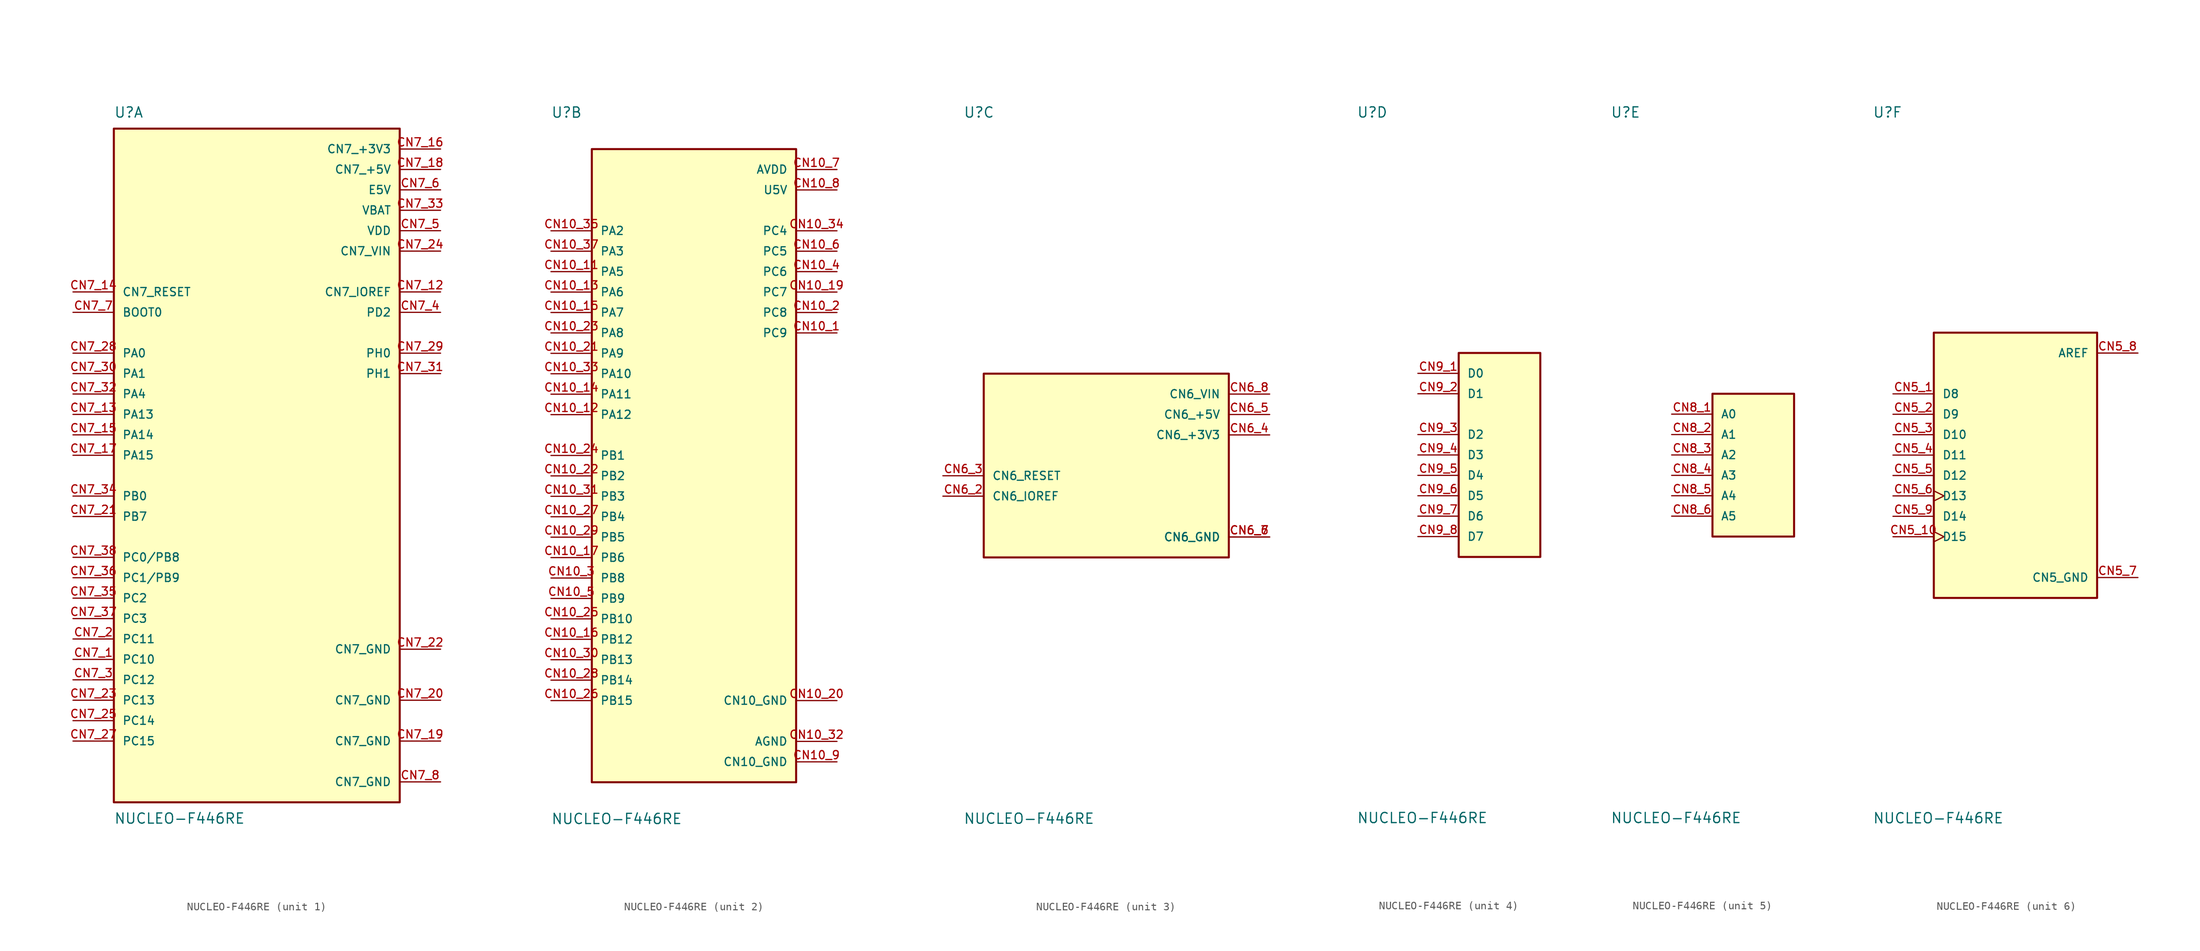
<source format=kicad_sym>
(kicad_symbol_lib
  (version 20220914)
  (generator kicad_symbol_editor)
  (symbol "NUCLEO-F446RE"
    (pin_names
      (offset 1.016))
    (property "Reference" "U"
      (at -17.78 41.91 0)
      (effects (font (size 1.27 1.27)) (justify left bottom)))
    (property "Value" "NUCLEO-F446RE"
      (at -17.78 -44.45 0)
      (effects (font (size 1.27 1.27)) (justify left top)))
    (symbol "NUCLEO-F446RE_1_0"
      (rectangle (start -17.78 40.64) (end 17.78 -43.18) (stroke (width 0.254) (type default)) (fill (type background)))
      (pin bidirectional line (at -22.86 -25.4 0) (length 5.08) (name "PC10" (effects (font (size 1.016 1.016)))) (number "CN7_1" (effects (font (size 1.016 1.016)))))
      (pin bidirectional line (at 22.86 20.32 180) (length 5.08) (name "CN7_IOREF" (effects (font (size 1.016 1.016)))) (number "CN7_12" (effects (font (size 1.016 1.016)))))
      (pin bidirectional line (at -22.86 5.08 0) (length 5.08) (name "PA13" (effects (font (size 1.016 1.016)))) (number "CN7_13" (effects (font (size 1.016 1.016)))))
      (pin bidirectional line (at -22.86 20.32 0) (length 5.08) (name "CN7_RESET" (effects (font (size 1.016 1.016)))) (number "CN7_14" (effects (font (size 1.016 1.016)))))
      (pin bidirectional line (at -22.86 2.54 0) (length 5.08) (name "PA14" (effects (font (size 1.016 1.016)))) (number "CN7_15" (effects (font (size 1.016 1.016)))))
      (pin power_in line (at 22.86 38.1 180) (length 5.08) (name "CN7_+3V3" (effects (font (size 1.016 1.016)))) (number "CN7_16" (effects (font (size 1.016 1.016)))))
      (pin bidirectional line (at -22.86 0 0) (length 5.08) (name "PA15" (effects (font (size 1.016 1.016)))) (number "CN7_17" (effects (font (size 1.016 1.016)))))
      (pin power_in line (at 22.86 35.56 180) (length 5.08) (name "CN7_+5V" (effects (font (size 1.016 1.016)))) (number "CN7_18" (effects (font (size 1.016 1.016)))))
      (pin power_in line (at 22.86 -35.56 180) (length 5.08) (name "CN7_GND" (effects (font (size 1.016 1.016)))) (number "CN7_19" (effects (font (size 1.016 1.016)))))
      (pin bidirectional line (at -22.86 -22.86 0) (length 5.08) (name "PC11" (effects (font (size 1.016 1.016)))) (number "CN7_2" (effects (font (size 1.016 1.016)))))
      (pin power_in line (at 22.86 -30.48 180) (length 5.08) (name "CN7_GND" (effects (font (size 1.016 1.016)))) (number "CN7_20" (effects (font (size 1.016 1.016)))))
      (pin bidirectional line (at -22.86 -7.62 0) (length 5.08) (name "PB7" (effects (font (size 1.016 1.016)))) (number "CN7_21" (effects (font (size 1.016 1.016)))))
      (pin power_in line (at 22.86 -24.13 180) (length 5.08) (name "CN7_GND" (effects (font (size 1.016 1.016)))) (number "CN7_22" (effects (font (size 1.016 1.016)))))
      (pin bidirectional line (at -22.86 -30.48 0) (length 5.08) (name "PC13" (effects (font (size 1.016 1.016)))) (number "CN7_23" (effects (font (size 1.016 1.016)))))
      (pin power_in line (at 22.86 25.4 180) (length 5.08) (name "CN7_VIN" (effects (font (size 1.016 1.016)))) (number "CN7_24" (effects (font (size 1.016 1.016)))))
      (pin bidirectional line (at -22.86 -33.02 0) (length 5.08) (name "PC14" (effects (font (size 1.016 1.016)))) (number "CN7_25" (effects (font (size 1.016 1.016)))))
      (pin bidirectional line (at -22.86 -35.56 0) (length 5.08) (name "PC15" (effects (font (size 1.016 1.016)))) (number "CN7_27" (effects (font (size 1.016 1.016)))))
      (pin bidirectional line (at -22.86 12.7 0) (length 5.08) (name "PA0" (effects (font (size 1.016 1.016)))) (number "CN7_28" (effects (font (size 1.016 1.016)))))
      (pin bidirectional line (at 22.86 12.7 180) (length 5.08) (name "PH0" (effects (font (size 1.016 1.016)))) (number "CN7_29" (effects (font (size 1.016 1.016)))))
      (pin bidirectional line (at -22.86 -27.94 0) (length 5.08) (name "PC12" (effects (font (size 1.016 1.016)))) (number "CN7_3" (effects (font (size 1.016 1.016)))))
      (pin bidirectional line (at -22.86 10.16 0) (length 5.08) (name "PA1" (effects (font (size 1.016 1.016)))) (number "CN7_30" (effects (font (size 1.016 1.016)))))
      (pin bidirectional line (at 22.86 10.16 180) (length 5.08) (name "PH1" (effects (font (size 1.016 1.016)))) (number "CN7_31" (effects (font (size 1.016 1.016)))))
      (pin bidirectional line (at -22.86 7.62 0) (length 5.08) (name "PA4" (effects (font (size 1.016 1.016)))) (number "CN7_32" (effects (font (size 1.016 1.016)))))
      (pin power_in line (at 22.86 30.48 180) (length 5.08) (name "VBAT" (effects (font (size 1.016 1.016)))) (number "CN7_33" (effects (font (size 1.016 1.016)))))
      (pin bidirectional line (at -22.86 -5.08 0) (length 5.08) (name "PB0" (effects (font (size 1.016 1.016)))) (number "CN7_34" (effects (font (size 1.016 1.016)))))
      (pin bidirectional line (at -22.86 -17.78 0) (length 5.08) (name "PC2" (effects (font (size 1.016 1.016)))) (number "CN7_35" (effects (font (size 1.016 1.016)))))
      (pin bidirectional line (at -22.86 -15.24 0) (length 5.08) (name "PC1/PB9" (effects (font (size 1.016 1.016)))) (number "CN7_36" (effects (font (size 1.016 1.016)))))
      (pin bidirectional line (at -22.86 -20.32 0) (length 5.08) (name "PC3" (effects (font (size 1.016 1.016)))) (number "CN7_37" (effects (font (size 1.016 1.016)))))
      (pin bidirectional line (at -22.86 -12.7 0) (length 5.08) (name "PC0/PB8" (effects (font (size 1.016 1.016)))) (number "CN7_38" (effects (font (size 1.016 1.016)))))
      (pin bidirectional line (at 22.86 17.78 180) (length 5.08) (name "PD2" (effects (font (size 1.016 1.016)))) (number "CN7_4" (effects (font (size 1.016 1.016)))))
      (pin power_in line (at 22.86 27.94 180) (length 5.08) (name "VDD" (effects (font (size 1.016 1.016)))) (number "CN7_5" (effects (font (size 1.016 1.016)))))
      (pin power_in line (at 22.86 33.02 180) (length 5.08) (name "E5V" (effects (font (size 1.016 1.016)))) (number "CN7_6" (effects (font (size 1.016 1.016)))))
      (pin bidirectional line (at -22.86 17.78 0) (length 5.08) (name "BOOT0" (effects (font (size 1.016 1.016)))) (number "CN7_7" (effects (font (size 1.016 1.016)))))
      (pin power_in line (at 22.86 -40.64 180) (length 5.08) (name "CN7_GND" (effects (font (size 1.016 1.016)))) (number "CN7_8" (effects (font (size 1.016 1.016))))))
    (symbol "NUCLEO-F446RE_2_0"
      (rectangle (start -12.7 -40.64) (end 12.7 38.1) (stroke (width 0.254) (type default)) (fill (type background)))
      (pin bidirectional line (at 17.78 15.24 180) (length 5.08) (name "PC9" (effects (font (size 1.016 1.016)))) (number "CN10_1" (effects (font (size 1.016 1.016)))))
      (pin bidirectional line (at -17.78 22.86 0) (length 5.08) (name "PA5" (effects (font (size 1.016 1.016)))) (number "CN10_11" (effects (font (size 1.016 1.016)))))
      (pin bidirectional line (at -17.78 5.08 0) (length 5.08) (name "PA12" (effects (font (size 1.016 1.016)))) (number "CN10_12" (effects (font (size 1.016 1.016)))))
      (pin bidirectional line (at -17.78 20.32 0) (length 5.08) (name "PA6" (effects (font (size 1.016 1.016)))) (number "CN10_13" (effects (font (size 1.016 1.016)))))
      (pin bidirectional line (at -17.78 7.62 0) (length 5.08) (name "PA11" (effects (font (size 1.016 1.016)))) (number "CN10_14" (effects (font (size 1.016 1.016)))))
      (pin bidirectional line (at -17.78 17.78 0) (length 5.08) (name "PA7" (effects (font (size 1.016 1.016)))) (number "CN10_15" (effects (font (size 1.016 1.016)))))
      (pin bidirectional line (at -17.78 -22.86 0) (length 5.08) (name "PB12" (effects (font (size 1.016 1.016)))) (number "CN10_16" (effects (font (size 1.016 1.016)))))
      (pin bidirectional line (at -17.78 -12.7 0) (length 5.08) (name "PB6" (effects (font (size 1.016 1.016)))) (number "CN10_17" (effects (font (size 1.016 1.016)))))
      (pin bidirectional line (at 17.78 20.32 180) (length 5.08) (name "PC7" (effects (font (size 1.016 1.016)))) (number "CN10_19" (effects (font (size 1.016 1.016)))))
      (pin bidirectional line (at 17.78 17.78 180) (length 5.08) (name "PC8" (effects (font (size 1.016 1.016)))) (number "CN10_2" (effects (font (size 1.016 1.016)))))
      (pin power_in line (at 17.78 -30.48 180) (length 5.08) (name "CN10_GND" (effects (font (size 1.016 1.016)))) (number "CN10_20" (effects (font (size 1.016 1.016)))))
      (pin bidirectional line (at -17.78 12.7 0) (length 5.08) (name "PA9" (effects (font (size 1.016 1.016)))) (number "CN10_21" (effects (font (size 1.016 1.016)))))
      (pin bidirectional line (at -17.78 -2.54 0) (length 5.08) (name "PB2" (effects (font (size 1.016 1.016)))) (number "CN10_22" (effects (font (size 1.016 1.016)))))
      (pin bidirectional line (at -17.78 15.24 0) (length 5.08) (name "PA8" (effects (font (size 1.016 1.016)))) (number "CN10_23" (effects (font (size 1.016 1.016)))))
      (pin bidirectional line (at -17.78 0 0) (length 5.08) (name "PB1" (effects (font (size 1.016 1.016)))) (number "CN10_24" (effects (font (size 1.016 1.016)))))
      (pin bidirectional line (at -17.78 -20.32 0) (length 5.08) (name "PB10" (effects (font (size 1.016 1.016)))) (number "CN10_25" (effects (font (size 1.016 1.016)))))
      (pin bidirectional line (at -17.78 -30.48 0) (length 5.08) (name "PB15" (effects (font (size 1.016 1.016)))) (number "CN10_26" (effects (font (size 1.016 1.016)))))
      (pin bidirectional line (at -17.78 -7.62 0) (length 5.08) (name "PB4" (effects (font (size 1.016 1.016)))) (number "CN10_27" (effects (font (size 1.016 1.016)))))
      (pin bidirectional line (at -17.78 -27.94 0) (length 5.08) (name "PB14" (effects (font (size 1.016 1.016)))) (number "CN10_28" (effects (font (size 1.016 1.016)))))
      (pin bidirectional line (at -17.78 -10.16 0) (length 5.08) (name "PB5" (effects (font (size 1.016 1.016)))) (number "CN10_29" (effects (font (size 1.016 1.016)))))
      (pin bidirectional line (at -17.78 -15.24 0) (length 5.08) (name "PB8" (effects (font (size 1.016 1.016)))) (number "CN10_3" (effects (font (size 1.016 1.016)))))
      (pin bidirectional line (at -17.78 -25.4 0) (length 5.08) (name "PB13" (effects (font (size 1.016 1.016)))) (number "CN10_30" (effects (font (size 1.016 1.016)))))
      (pin bidirectional line (at -17.78 -5.08 0) (length 5.08) (name "PB3" (effects (font (size 1.016 1.016)))) (number "CN10_31" (effects (font (size 1.016 1.016)))))
      (pin power_in line (at 17.78 -35.56 180) (length 5.08) (name "AGND" (effects (font (size 1.016 1.016)))) (number "CN10_32" (effects (font (size 1.016 1.016)))))
      (pin bidirectional line (at -17.78 10.16 0) (length 5.08) (name "PA10" (effects (font (size 1.016 1.016)))) (number "CN10_33" (effects (font (size 1.016 1.016)))))
      (pin bidirectional line (at 17.78 27.94 180) (length 5.08) (name "PC4" (effects (font (size 1.016 1.016)))) (number "CN10_34" (effects (font (size 1.016 1.016)))))
      (pin bidirectional line (at -17.78 27.94 0) (length 5.08) (name "PA2" (effects (font (size 1.016 1.016)))) (number "CN10_35" (effects (font (size 1.016 1.016)))))
      (pin bidirectional line (at -17.78 25.4 0) (length 5.08) (name "PA3" (effects (font (size 1.016 1.016)))) (number "CN10_37" (effects (font (size 1.016 1.016)))))
      (pin bidirectional line (at 17.78 22.86 180) (length 5.08) (name "PC6" (effects (font (size 1.016 1.016)))) (number "CN10_4" (effects (font (size 1.016 1.016)))))
      (pin bidirectional line (at -17.78 -17.78 0) (length 5.08) (name "PB9" (effects (font (size 1.016 1.016)))) (number "CN10_5" (effects (font (size 1.016 1.016)))))
      (pin bidirectional line (at 17.78 25.4 180) (length 5.08) (name "PC5" (effects (font (size 1.016 1.016)))) (number "CN10_6" (effects (font (size 1.016 1.016)))))
      (pin power_in line (at 17.78 35.56 180) (length 5.08) (name "AVDD" (effects (font (size 1.016 1.016)))) (number "CN10_7" (effects (font (size 1.016 1.016)))))
      (pin power_in line (at 17.78 33.02 180) (length 5.08) (name "U5V" (effects (font (size 1.016 1.016)))) (number "CN10_8" (effects (font (size 1.016 1.016)))))
      (pin power_in line (at 17.78 -38.1 180) (length 5.08) (name "CN10_GND" (effects (font (size 1.016 1.016)))) (number "CN10_9" (effects (font (size 1.016 1.016))))))
    (symbol "NUCLEO-F446RE_3_0"
      (rectangle (start -15.24 -12.7) (end 15.24 10.16) (stroke (width 0.254) (type default)) (fill (type background)))
      (pin bidirectional line (at -20.32 -5.08 0) (length 5.08) (name "CN6_IOREF" (effects (font (size 1.016 1.016)))) (number "CN6_2" (effects (font (size 1.016 1.016)))))
      (pin bidirectional line (at -20.32 -2.54 0) (length 5.08) (name "CN6_RESET" (effects (font (size 1.016 1.016)))) (number "CN6_3" (effects (font (size 1.016 1.016)))))
      (pin power_in line (at 20.32 2.54 180) (length 5.08) (name "CN6_+3V3" (effects (font (size 1.016 1.016)))) (number "CN6_4" (effects (font (size 1.016 1.016)))))
      (pin power_in line (at 20.32 5.08 180) (length 5.08) (name "CN6_+5V" (effects (font (size 1.016 1.016)))) (number "CN6_5" (effects (font (size 1.016 1.016)))))
      (pin power_in line (at 20.32 -10.16 180) (length 5.08) (name "CN6_GND" (effects (font (size 1.016 1.016)))) (number "CN6_6" (effects (font (size 1.016 1.016)))))
      (pin power_in line (at 20.32 -10.16 180) (length 5.08) (name "CN6_GND" (effects (font (size 1.016 1.016)))) (number "CN6_7" (effects (font (size 1.016 1.016)))))
      (pin power_in line (at 20.32 7.62 180) (length 5.08) (name "CN6_VIN" (effects (font (size 1.016 1.016)))) (number "CN6_8" (effects (font (size 1.016 1.016))))))
    (symbol "NUCLEO-F446RE_4_0"
      (rectangle (start -5.08 -12.7) (end 5.08 12.7) (stroke (width 0.254) (type default)) (fill (type background)))
      (pin input line (at -10.16 10.16 0) (length 5.08) (name "D0" (effects (font (size 1.016 1.016)))) (number "CN9_1" (effects (font (size 1.016 1.016)))))
      (pin output line (at -10.16 7.62 0) (length 5.08) (name "D1" (effects (font (size 1.016 1.016)))) (number "CN9_2" (effects (font (size 1.016 1.016)))))
      (pin bidirectional line (at -10.16 2.54 0) (length 5.08) (name "D2" (effects (font (size 1.016 1.016)))) (number "CN9_3" (effects (font (size 1.016 1.016)))))
      (pin bidirectional line (at -10.16 0 0) (length 5.08) (name "D3" (effects (font (size 1.016 1.016)))) (number "CN9_4" (effects (font (size 1.016 1.016)))))
      (pin bidirectional line (at -10.16 -2.54 0) (length 5.08) (name "D4" (effects (font (size 1.016 1.016)))) (number "CN9_5" (effects (font (size 1.016 1.016)))))
      (pin bidirectional line (at -10.16 -5.08 0) (length 5.08) (name "D5" (effects (font (size 1.016 1.016)))) (number "CN9_6" (effects (font (size 1.016 1.016)))))
      (pin bidirectional line (at -10.16 -7.62 0) (length 5.08) (name "D6" (effects (font (size 1.016 1.016)))) (number "CN9_7" (effects (font (size 1.016 1.016)))))
      (pin bidirectional line (at -10.16 -10.16 0) (length 5.08) (name "D7" (effects (font (size 1.016 1.016)))) (number "CN9_8" (effects (font (size 1.016 1.016))))))
    (symbol "NUCLEO-F446RE_5_0"
      (rectangle (start -5.08 -10.16) (end 5.08 7.62) (stroke (width 0.254) (type default)) (fill (type background)))
      (pin input line (at -10.16 5.08 0) (length 5.08) (name "A0" (effects (font (size 1.016 1.016)))) (number "CN8_1" (effects (font (size 1.016 1.016)))))
      (pin input line (at -10.16 2.54 0) (length 5.08) (name "A1" (effects (font (size 1.016 1.016)))) (number "CN8_2" (effects (font (size 1.016 1.016)))))
      (pin input line (at -10.16 0 0) (length 5.08) (name "A2" (effects (font (size 1.016 1.016)))) (number "CN8_3" (effects (font (size 1.016 1.016)))))
      (pin input line (at -10.16 -2.54 0) (length 5.08) (name "A3" (effects (font (size 1.016 1.016)))) (number "CN8_4" (effects (font (size 1.016 1.016)))))
      (pin input line (at -10.16 -5.08 0) (length 5.08) (name "A4" (effects (font (size 1.016 1.016)))) (number "CN8_5" (effects (font (size 1.016 1.016)))))
      (pin input line (at -10.16 -7.62 0) (length 5.08) (name "A5" (effects (font (size 1.016 1.016)))) (number "CN8_6" (effects (font (size 1.016 1.016))))))
    (symbol "NUCLEO-F446RE_6_0"
      (rectangle (start -10.16 -17.78) (end 10.16 15.24) (stroke (width 0.254) (type default)) (fill (type background)))
      (pin bidirectional line (at -15.24 7.62 0) (length 5.08) (name "D8" (effects (font (size 1.016 1.016)))) (number "CN5_1" (effects (font (size 1.016 1.016)))))
      (pin bidirectional clock (at -15.24 -10.16 0) (length 5.08) (name "D15" (effects (font (size 1.016 1.016)))) (number "CN5_10" (effects (font (size 1.016 1.016)))))
      (pin bidirectional line (at -15.24 5.08 0) (length 5.08) (name "D9" (effects (font (size 1.016 1.016)))) (number "CN5_2" (effects (font (size 1.016 1.016)))))
      (pin bidirectional line (at -15.24 2.54 0) (length 5.08) (name "D10" (effects (font (size 1.016 1.016)))) (number "CN5_3" (effects (font (size 1.016 1.016)))))
      (pin bidirectional line (at -15.24 0 0) (length 5.08) (name "D11" (effects (font (size 1.016 1.016)))) (number "CN5_4" (effects (font (size 1.016 1.016)))))
      (pin bidirectional line (at -15.24 -2.54 0) (length 5.08) (name "D12" (effects (font (size 1.016 1.016)))) (number "CN5_5" (effects (font (size 1.016 1.016)))))
      (pin bidirectional clock (at -15.24 -5.08 0) (length 5.08) (name "D13" (effects (font (size 1.016 1.016)))) (number "CN5_6" (effects (font (size 1.016 1.016)))))
      (pin power_in line (at 15.24 -15.24 180) (length 5.08) (name "CN5_GND" (effects (font (size 1.016 1.016)))) (number "CN5_7" (effects (font (size 1.016 1.016)))))
      (pin power_in line (at 15.24 12.7 180) (length 5.08) (name "AREF" (effects (font (size 1.016 1.016)))) (number "CN5_8" (effects (font (size 1.016 1.016)))))
      (pin bidirectional line (at -15.24 -7.62 0) (length 5.08) (name "D14" (effects (font (size 1.016 1.016)))) (number "CN5_9" (effects (font (size 1.016 1.016))))))))
</source>
